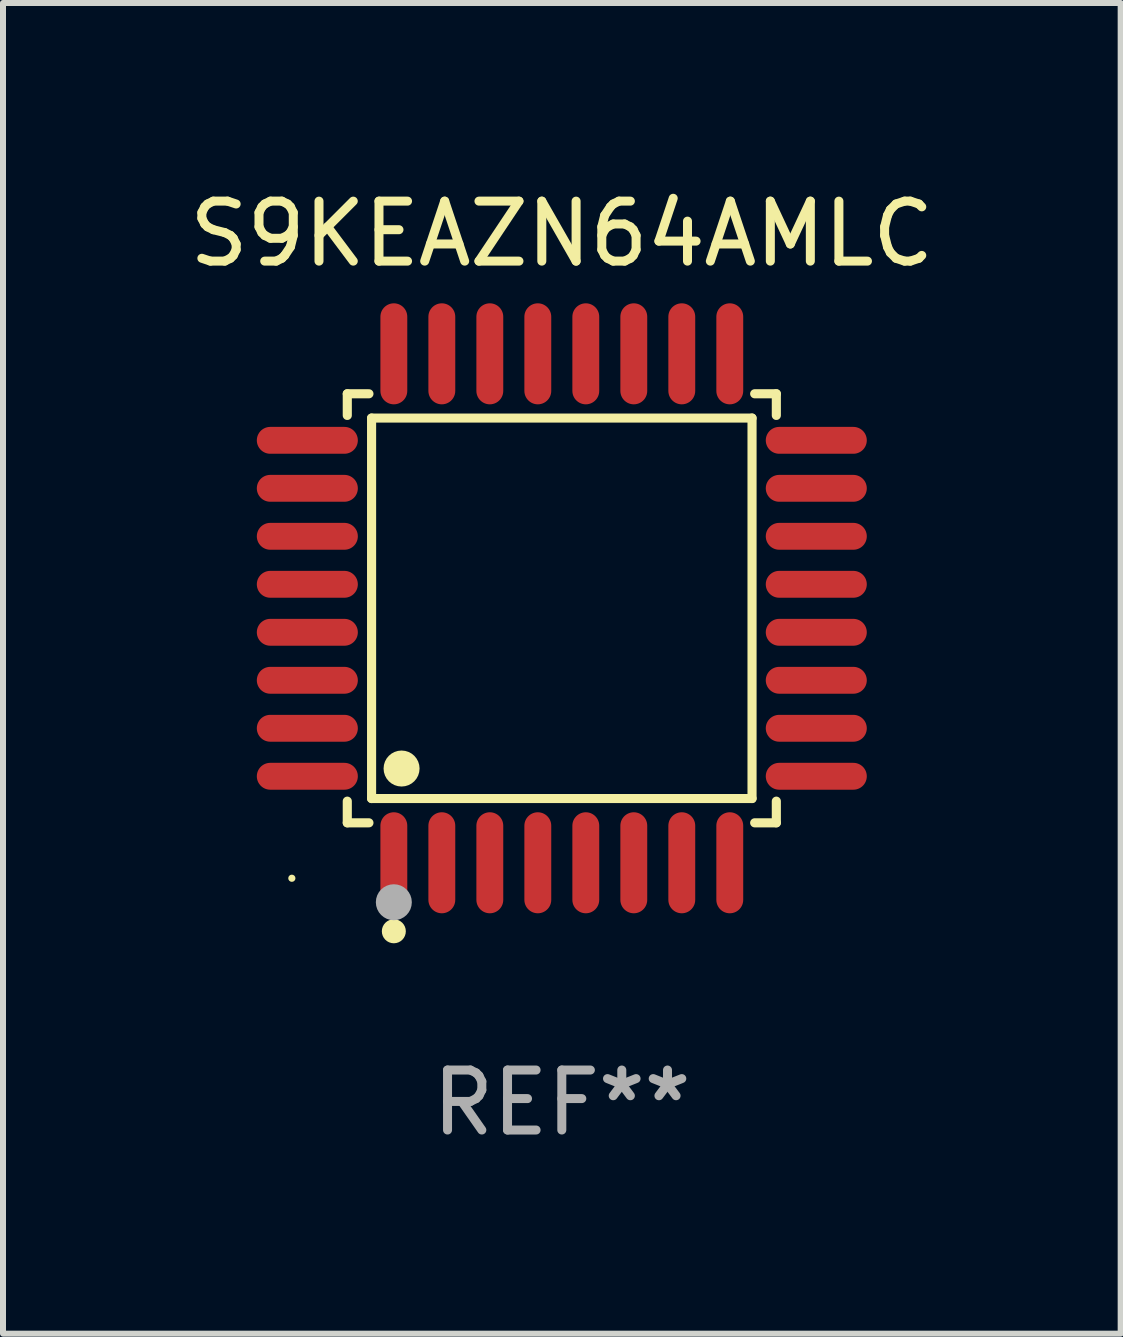
<source format=kicad_pcb>
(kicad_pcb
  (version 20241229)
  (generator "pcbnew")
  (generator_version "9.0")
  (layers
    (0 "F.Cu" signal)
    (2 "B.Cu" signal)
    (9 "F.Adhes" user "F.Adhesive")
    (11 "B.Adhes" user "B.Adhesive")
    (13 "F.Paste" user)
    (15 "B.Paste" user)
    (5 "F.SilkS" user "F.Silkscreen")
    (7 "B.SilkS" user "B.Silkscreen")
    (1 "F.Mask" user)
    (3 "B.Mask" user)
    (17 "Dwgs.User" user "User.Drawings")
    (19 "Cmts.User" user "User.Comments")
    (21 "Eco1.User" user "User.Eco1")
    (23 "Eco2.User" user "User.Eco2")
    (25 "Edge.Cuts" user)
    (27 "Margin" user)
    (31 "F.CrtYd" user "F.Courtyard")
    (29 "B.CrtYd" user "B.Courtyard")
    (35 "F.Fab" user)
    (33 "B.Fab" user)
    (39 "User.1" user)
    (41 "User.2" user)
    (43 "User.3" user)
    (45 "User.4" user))
  (footprint "S9KEAZN64AMLC"
    (layer "F.Cu")
    (at 6.315 7.09)
    (property "Reference" "S9KEAZN64AMLC" (at 0 -6.242 0) (layer "F.SilkS") (effects (font (size 1 1) (thickness 0.15))))
    (attr through_hole)
    (fp_line (start -3.576 -3.576) (end -3.215 -3.576) (stroke (width 0.152) (type solid)) (layer "F.SilkS"))
    (fp_line (start -3.576 -3.215) (end -3.576 -3.576) (stroke (width 0.152) (type solid)) (layer "F.SilkS"))
    (fp_line (start -3.576 3.215) (end -3.576 3.576) (stroke (width 0.152) (type solid)) (layer "F.SilkS"))
    (fp_line (start -3.576 3.576) (end -3.215 3.576) (stroke (width 0.152) (type solid)) (layer "F.SilkS"))
    (fp_line (start -3.171 -3.171) (end 3.171 -3.171) (stroke (width 0.152) (type solid)) (layer "F.SilkS"))
    (fp_line (start -3.171 3.171) (end -3.171 -3.171) (stroke (width 0.152) (type solid)) (layer "F.SilkS"))
    (fp_line (start 3.171 -3.171) (end 3.171 3.171) (stroke (width 0.152) (type solid)) (layer "F.SilkS"))
    (fp_line (start 3.171 3.171) (end -3.171 3.171) (stroke (width 0.152) (type solid)) (layer "F.SilkS"))
    (fp_line (start 3.576 -3.576) (end 3.215 -3.576) (stroke (width 0.152) (type solid)) (layer "F.SilkS"))
    (fp_line (start 3.576 -3.215) (end 3.576 -3.576) (stroke (width 0.152) (type solid)) (layer "F.SilkS"))
    (fp_line (start 3.576 3.215) (end 3.576 3.576) (stroke (width 0.152) (type solid)) (layer "F.SilkS"))
    (fp_line (start 3.576 3.576) (end 3.215 3.576) (stroke (width 0.152) (type solid)) (layer "F.SilkS"))
    (fp_circle (center -4.5 4.5) (end -4.47 4.5) (stroke (width 0.06) (type solid)) (fill no) (layer "F.SilkS"))
    (fp_circle (center -2.8 5.384) (end -2.7 5.384) (stroke (width 0.2) (type solid)) (fill no) (layer "F.SilkS"))
    (fp_circle (center -2.671 2.671) (end -2.521 2.671) (stroke (width 0.3) (type solid)) (fill no) (layer "F.SilkS"))
    (fp_circle (center -2.8 4.9) (end -2.65 4.9) (stroke (width 0.3) (type solid)) (fill no) (layer "F.Fab"))
    (fp_text user "REF**" (at 0 8.242 0) (layer "F.Fab") (effects (font (size 1 1) (thickness 0.15))))
    (pad "1" smd oval (at -2.8 4.242) (size 0.448 1.684) (layers "F.Cu" "F.Mask" "F.Paste"))
    (pad "2" smd oval (at -2 4.242) (size 0.448 1.684) (layers "F.Cu" "F.Mask" "F.Paste"))
    (pad "3" smd oval (at -1.2 4.242) (size 0.448 1.684) (layers "F.Cu" "F.Mask" "F.Paste"))
    (pad "4" smd oval (at -0.4 4.242) (size 0.448 1.684) (layers "F.Cu" "F.Mask" "F.Paste"))
    (pad "5" smd oval (at 0.4 4.242) (size 0.448 1.684) (layers "F.Cu" "F.Mask" "F.Paste"))
    (pad "6" smd oval (at 1.2 4.242) (size 0.448 1.684) (layers "F.Cu" "F.Mask" "F.Paste"))
    (pad "7" smd oval (at 2 4.242) (size 0.448 1.684) (layers "F.Cu" "F.Mask" "F.Paste"))
    (pad "8" smd oval (at 2.8 4.242) (size 0.448 1.684) (layers "F.Cu" "F.Mask" "F.Paste"))
    (pad "9" smd oval (at 4.242 2.8) (size 1.684 0.448) (layers "F.Cu" "F.Mask" "F.Paste"))
    (pad "10" smd oval (at 4.242 2) (size 1.684 0.448) (layers "F.Cu" "F.Mask" "F.Paste"))
    (pad "11" smd oval (at 4.242 1.2) (size 1.684 0.448) (layers "F.Cu" "F.Mask" "F.Paste"))
    (pad "12" smd oval (at 4.242 0.4) (size 1.684 0.448) (layers "F.Cu" "F.Mask" "F.Paste"))
    (pad "13" smd oval (at 4.242 -0.4) (size 1.684 0.448) (layers "F.Cu" "F.Mask" "F.Paste"))
    (pad "14" smd oval (at 4.242 -1.2) (size 1.684 0.448) (layers "F.Cu" "F.Mask" "F.Paste"))
    (pad "15" smd oval (at 4.242 -2) (size 1.684 0.448) (layers "F.Cu" "F.Mask" "F.Paste"))
    (pad "16" smd oval (at 4.242 -2.8) (size 1.684 0.448) (layers "F.Cu" "F.Mask" "F.Paste"))
    (pad "17" smd oval (at 2.8 -4.242) (size 0.448 1.684) (layers "F.Cu" "F.Mask" "F.Paste"))
    (pad "18" smd oval (at 2 -4.242) (size 0.448 1.684) (layers "F.Cu" "F.Mask" "F.Paste"))
    (pad "19" smd oval (at 1.2 -4.242) (size 0.448 1.684) (layers "F.Cu" "F.Mask" "F.Paste"))
    (pad "20" smd oval (at 0.4 -4.242) (size 0.448 1.684) (layers "F.Cu" "F.Mask" "F.Paste"))
    (pad "21" smd oval (at -0.4 -4.242) (size 0.448 1.684) (layers "F.Cu" "F.Mask" "F.Paste"))
    (pad "22" smd oval (at -1.2 -4.242) (size 0.448 1.684) (layers "F.Cu" "F.Mask" "F.Paste"))
    (pad "23" smd oval (at -2 -4.242) (size 0.448 1.684) (layers "F.Cu" "F.Mask" "F.Paste"))
    (pad "24" smd oval (at -2.8 -4.242) (size 0.448 1.684) (layers "F.Cu" "F.Mask" "F.Paste"))
    (pad "25" smd oval (at -4.242 -2.8) (size 1.684 0.448) (layers "F.Cu" "F.Mask" "F.Paste"))
    (pad "26" smd oval (at -4.242 -2) (size 1.684 0.448) (layers "F.Cu" "F.Mask" "F.Paste"))
    (pad "27" smd oval (at -4.242 -1.2) (size 1.684 0.448) (layers "F.Cu" "F.Mask" "F.Paste"))
    (pad "28" smd oval (at -4.242 -0.4) (size 1.684 0.448) (layers "F.Cu" "F.Mask" "F.Paste"))
    (pad "29" smd oval (at -4.242 0.4) (size 1.684 0.448) (layers "F.Cu" "F.Mask" "F.Paste"))
    (pad "30" smd oval (at -4.242 1.2) (size 1.684 0.448) (layers "F.Cu" "F.Mask" "F.Paste"))
    (pad "31" smd oval (at -4.242 2) (size 1.684 0.448) (layers "F.Cu" "F.Mask" "F.Paste"))
    (pad "32" smd oval (at -4.242 2.8) (size 1.684 0.448) (layers "F.Cu" "F.Mask" "F.Paste")))
  (gr_rect
    (start -3 -3)
    (end 15.631 19.181)
    (stroke (width 0.1) (type default))
    (fill no)
    (layer "Edge.Cuts")))
</source>
